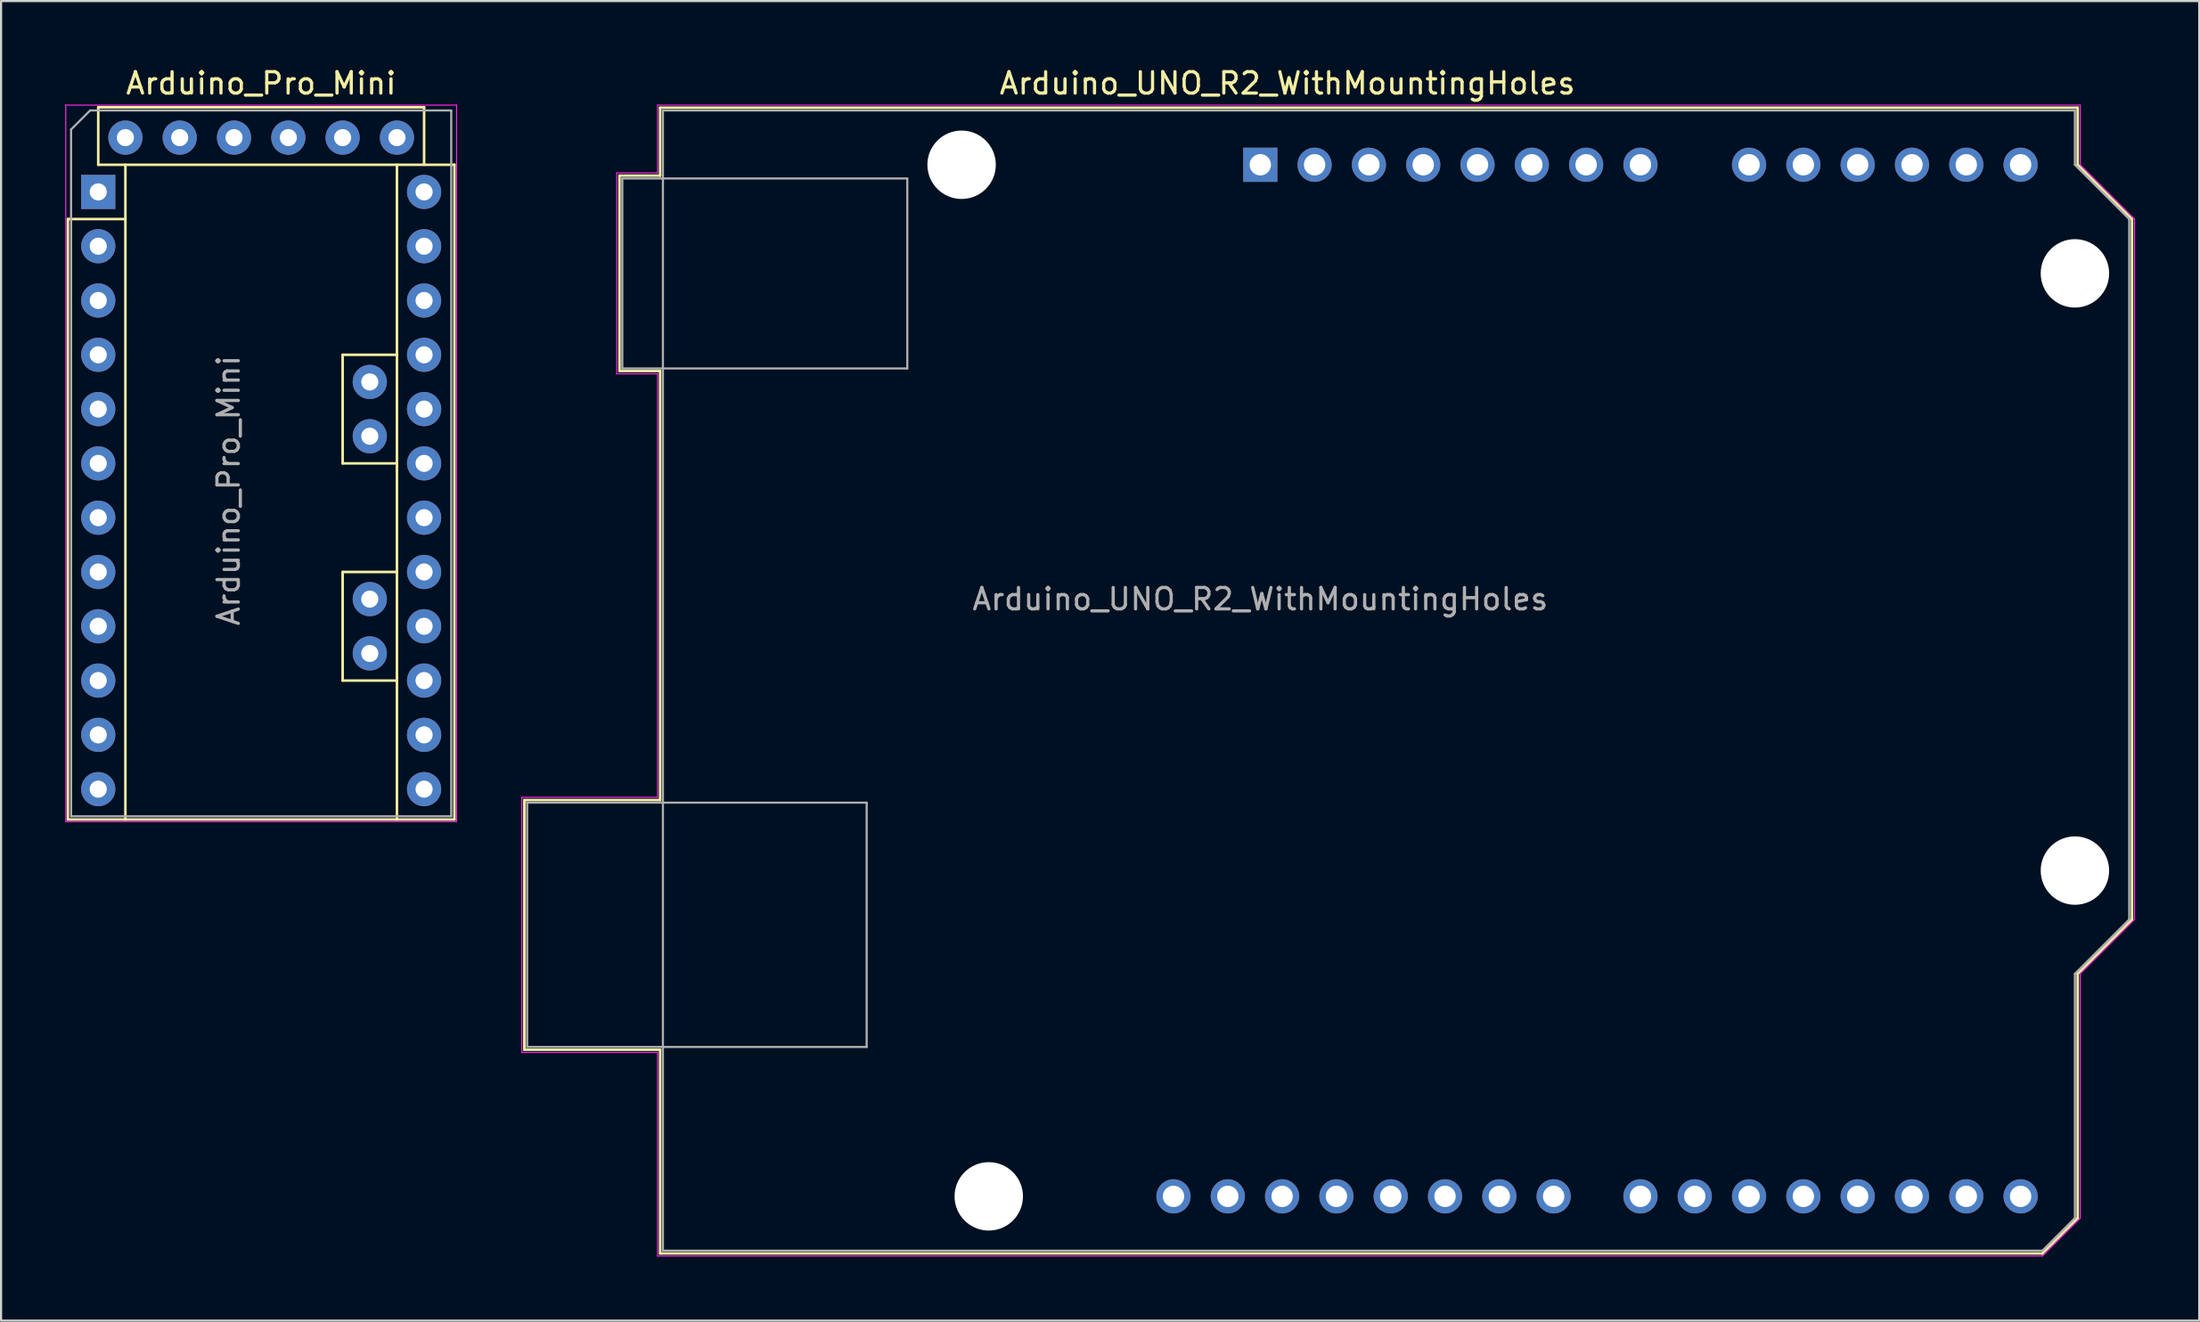
<source format=kicad_pcb>
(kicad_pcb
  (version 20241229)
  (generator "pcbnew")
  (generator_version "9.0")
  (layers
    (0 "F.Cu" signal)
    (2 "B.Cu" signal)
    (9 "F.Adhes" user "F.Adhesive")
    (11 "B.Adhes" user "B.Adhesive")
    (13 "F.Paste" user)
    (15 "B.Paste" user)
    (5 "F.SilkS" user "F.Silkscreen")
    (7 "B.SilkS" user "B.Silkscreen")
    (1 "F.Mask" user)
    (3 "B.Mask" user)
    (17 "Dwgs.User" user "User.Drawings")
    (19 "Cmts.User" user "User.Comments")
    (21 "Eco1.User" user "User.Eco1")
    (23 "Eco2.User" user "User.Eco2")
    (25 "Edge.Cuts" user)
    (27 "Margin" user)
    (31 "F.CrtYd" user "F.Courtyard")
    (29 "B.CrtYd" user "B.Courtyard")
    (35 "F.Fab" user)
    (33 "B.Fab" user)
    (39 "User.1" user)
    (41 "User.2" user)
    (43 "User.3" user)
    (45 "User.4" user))
  (footprint "Arduino_Pro_Mini"
    (layer "F.Cu")
    (at 1.545 5.928)
    (property "Reference" "Arduino_Pro_Mini" (at 7.62 -5.08 0) (layer "F.SilkS") (effects (font (size 1 1) (thickness 0.15))))
    (attr through_hole)
    (fp_line (start -1.42 1.27) (end -1.42 29.36) (stroke (width 0.12) (type solid)) (layer "F.SilkS"))
    (fp_line (start -1.42 29.36) (end 16.66 29.36) (stroke (width 0.12) (type solid)) (layer "F.SilkS"))
    (fp_line (start 0 -3.96) (end 0 -1.27) (stroke (width 0.12) (type solid)) (layer "F.SilkS"))
    (fp_line (start 1.27 -1.27) (end 1.27 29.36) (stroke (width 0.12) (type solid)) (layer "F.SilkS"))
    (fp_line (start 1.27 1.27) (end -1.42 1.27) (stroke (width 0.12) (type solid)) (layer "F.SilkS"))
    (fp_line (start 11.43 7.62) (end 13.97 7.62) (stroke (width 0.12) (type solid)) (layer "F.SilkS"))
    (fp_line (start 11.43 12.7) (end 11.43 7.62) (stroke (width 0.12) (type solid)) (layer "F.SilkS"))
    (fp_line (start 11.43 17.78) (end 13.97 17.78) (stroke (width 0.12) (type solid)) (layer "F.SilkS"))
    (fp_line (start 11.43 22.86) (end 11.43 17.78) (stroke (width 0.12) (type solid)) (layer "F.SilkS"))
    (fp_line (start 13.97 -1.27) (end 13.97 29.36) (stroke (width 0.12) (type solid)) (layer "F.SilkS"))
    (fp_line (start 13.97 12.7) (end 11.43 12.7) (stroke (width 0.12) (type solid)) (layer "F.SilkS"))
    (fp_line (start 13.97 22.86) (end 11.43 22.86) (stroke (width 0.12) (type solid)) (layer "F.SilkS"))
    (fp_line (start 15.24 -3.96) (end 0 -3.96) (stroke (width 0.12) (type solid)) (layer "F.SilkS"))
    (fp_line (start 15.24 -1.27) (end 15.24 -3.96) (stroke (width 0.12) (type solid)) (layer "F.SilkS"))
    (fp_line (start 16.66 -1.27) (end 0 -1.27) (stroke (width 0.12) (type solid)) (layer "F.SilkS"))
    (fp_line (start 16.66 29.36) (end 16.66 -1.27) (stroke (width 0.12) (type solid)) (layer "F.SilkS"))
    (fp_line (start -1.52 -4.06) (end -1.52 29.46) (stroke (width 0.05) (type solid)) (layer "F.CrtYd"))
    (fp_line (start -1.52 -4.06) (end 16.76 -4.06) (stroke (width 0.05) (type solid)) (layer "F.CrtYd"))
    (fp_line (start 16.76 29.46) (end -1.52 29.46) (stroke (width 0.05) (type solid)) (layer "F.CrtYd"))
    (fp_line (start 16.76 29.46) (end 16.76 -4.06) (stroke (width 0.05) (type solid)) (layer "F.CrtYd"))
    (fp_line (start -1.27 29.21) (end -1.27 -2.921) (stroke (width 0.1) (type solid)) (layer "F.Fab"))
    (fp_line (start -0.381 -3.81) (end -1.27 -2.921) (stroke (width 0.1) (type solid)) (layer "F.Fab"))
    (fp_line (start -0.381 -3.81) (end 16.51 -3.81) (stroke (width 0.1) (type solid)) (layer "F.Fab"))
    (fp_line (start 16.51 -3.81) (end 16.51 29.21) (stroke (width 0.1) (type solid)) (layer "F.Fab"))
    (fp_line (start 16.51 29.21) (end -1.27 29.21) (stroke (width 0.1) (type solid)) (layer "F.Fab"))
    (fp_text user "${REFERENCE}" (at 6.096 13.97 90) (layer "F.Fab") (effects (font (size 1 1) (thickness 0.15))))
    (pad "1" thru_hole rect (at 0 0) (size 1.6 1.6) (drill 0.8) (layers "*.Cu" "*.Mask"))
    (pad "2" thru_hole oval (at 0 2.54) (size 1.6 1.6) (drill 0.8) (layers "*.Cu" "*.Mask"))
    (pad "3" thru_hole oval (at 0 5.08) (size 1.6 1.6) (drill 0.8) (layers "*.Cu" "*.Mask"))
    (pad "4" thru_hole oval (at 0 7.62) (size 1.6 1.6) (drill 0.8) (layers "*.Cu" "*.Mask"))
    (pad "5" thru_hole oval (at 0 10.16) (size 1.6 1.6) (drill 0.8) (layers "*.Cu" "*.Mask"))
    (pad "6" thru_hole oval (at 0 12.7) (size 1.6 1.6) (drill 0.8) (layers "*.Cu" "*.Mask"))
    (pad "7" thru_hole oval (at 0 15.24) (size 1.6 1.6) (drill 0.8) (layers "*.Cu" "*.Mask"))
    (pad "8" thru_hole oval (at 0 17.78) (size 1.6 1.6) (drill 0.8) (layers "*.Cu" "*.Mask"))
    (pad "9" thru_hole oval (at 0 20.32) (size 1.6 1.6) (drill 0.8) (layers "*.Cu" "*.Mask"))
    (pad "10" thru_hole oval (at 0 22.86) (size 1.6 1.6) (drill 0.8) (layers "*.Cu" "*.Mask"))
    (pad "11" thru_hole oval (at 0 25.4) (size 1.6 1.6) (drill 0.8) (layers "*.Cu" "*.Mask"))
    (pad "12" thru_hole oval (at 0 27.94) (size 1.6 1.6) (drill 0.8) (layers "*.Cu" "*.Mask"))
    (pad "13" thru_hole oval (at 15.24 27.94) (size 1.6 1.6) (drill 0.8) (layers "*.Cu" "*.Mask"))
    (pad "14" thru_hole oval (at 15.24 25.4) (size 1.6 1.6) (drill 0.8) (layers "*.Cu" "*.Mask"))
    (pad "15" thru_hole oval (at 15.24 22.86) (size 1.6 1.6) (drill 0.8) (layers "*.Cu" "*.Mask"))
    (pad "16" thru_hole oval (at 15.24 20.32) (size 1.6 1.6) (drill 0.8) (layers "*.Cu" "*.Mask"))
    (pad "17" thru_hole oval (at 15.24 17.78) (size 1.6 1.6) (drill 0.8) (layers "*.Cu" "*.Mask"))
    (pad "18" thru_hole oval (at 15.24 15.24) (size 1.6 1.6) (drill 0.8) (layers "*.Cu" "*.Mask"))
    (pad "19" thru_hole oval (at 15.24 12.7) (size 1.6 1.6) (drill 0.8) (layers "*.Cu" "*.Mask"))
    (pad "20" thru_hole oval (at 15.24 10.16) (size 1.6 1.6) (drill 0.8) (layers "*.Cu" "*.Mask"))
    (pad "21" thru_hole oval (at 15.24 7.62) (size 1.6 1.6) (drill 0.8) (layers "*.Cu" "*.Mask"))
    (pad "22" thru_hole oval (at 15.24 5.08) (size 1.6 1.6) (drill 0.8) (layers "*.Cu" "*.Mask"))
    (pad "23" thru_hole oval (at 15.24 2.54) (size 1.6 1.6) (drill 0.8) (layers "*.Cu" "*.Mask"))
    (pad "24" thru_hole oval (at 15.24 0) (size 1.6 1.6) (drill 0.8) (layers "*.Cu" "*.Mask"))
    (pad "25" thru_hole oval (at 13.97 -2.54) (size 1.6 1.6) (drill 0.8) (layers "*.Cu" "*.Mask"))
    (pad "26" thru_hole oval (at 11.43 -2.54) (size 1.6 1.6) (drill 0.8) (layers "*.Cu" "*.Mask"))
    (pad "27" thru_hole oval (at 8.89 -2.54) (size 1.6 1.6) (drill 0.8) (layers "*.Cu" "*.Mask"))
    (pad "28" thru_hole oval (at 6.35 -2.54) (size 1.6 1.6) (drill 0.8) (layers "*.Cu" "*.Mask"))
    (pad "29" thru_hole oval (at 3.81 -2.54) (size 1.6 1.6) (drill 0.8) (layers "*.Cu" "*.Mask"))
    (pad "30" thru_hole oval (at 1.27 -2.54) (size 1.6 1.6) (drill 0.8) (layers "*.Cu" "*.Mask"))
    (pad "31" thru_hole oval (at 12.7 21.59) (size 1.6 1.6) (drill 0.8) (layers "*.Cu" "*.Mask"))
    (pad "32" thru_hole oval (at 12.7 19.05) (size 1.6 1.6) (drill 0.8) (layers "*.Cu" "*.Mask"))
    (pad "33" thru_hole oval (at 12.7 11.43) (size 1.6 1.6) (drill 0.8) (layers "*.Cu" "*.Mask"))
    (pad "34" thru_hole oval (at 12.7 8.89) (size 1.6 1.6) (drill 0.8) (layers "*.Cu" "*.Mask")))
  (footprint "Arduino_UNO_R2_WithMountingHoles"
    (layer "F.Cu")
    (at 55.895 4.658)
    (property "Reference" "Arduino_UNO_R2_WithMountingHoles" (at 1.27 -3.81 180) (layer "F.SilkS") (effects (font (size 1 1) (thickness 0.15))))
    (attr through_hole)
    (fp_line (start -34.42 29.72) (end -34.42 41.4) (stroke (width 0.12) (type solid)) (layer "F.SilkS"))
    (fp_line (start -34.42 41.4) (end -28.07 41.4) (stroke (width 0.12) (type solid)) (layer "F.SilkS"))
    (fp_line (start -29.97 0.51) (end -29.97 9.65) (stroke (width 0.12) (type solid)) (layer "F.SilkS"))
    (fp_line (start -29.97 9.65) (end -28.07 9.65) (stroke (width 0.12) (type solid)) (layer "F.SilkS"))
    (fp_line (start -28.07 -2.67) (end -28.07 0.51) (stroke (width 0.12) (type solid)) (layer "F.SilkS"))
    (fp_line (start -28.07 0.51) (end -29.97 0.51) (stroke (width 0.12) (type solid)) (layer "F.SilkS"))
    (fp_line (start -28.07 9.65) (end -28.07 29.72) (stroke (width 0.12) (type solid)) (layer "F.SilkS"))
    (fp_line (start -28.07 29.72) (end -34.42 29.72) (stroke (width 0.12) (type solid)) (layer "F.SilkS"))
    (fp_line (start -28.07 41.4) (end -28.07 50.93) (stroke (width 0.12) (type solid)) (layer "F.SilkS"))
    (fp_line (start -28.07 50.93) (end 36.58 50.93) (stroke (width 0.12) (type solid)) (layer "F.SilkS"))
    (fp_line (start 36.58 50.93) (end 38.23 49.28) (stroke (width 0.12) (type solid)) (layer "F.SilkS"))
    (fp_line (start 38.23 -2.67) (end -28.07 -2.67) (stroke (width 0.12) (type solid)) (layer "F.SilkS"))
    (fp_line (start 38.23 0) (end 38.23 -2.67) (stroke (width 0.12) (type solid)) (layer "F.SilkS"))
    (fp_line (start 38.23 37.85) (end 40.77 35.31) (stroke (width 0.12) (type solid)) (layer "F.SilkS"))
    (fp_line (start 38.23 49.28) (end 38.23 37.85) (stroke (width 0.12) (type solid)) (layer "F.SilkS"))
    (fp_line (start 40.77 2.54) (end 38.23 0) (stroke (width 0.12) (type solid)) (layer "F.SilkS"))
    (fp_line (start 40.77 35.31) (end 40.77 2.54) (stroke (width 0.12) (type solid)) (layer "F.SilkS"))
    (fp_line (start -34.54 29.59) (end -28.19 29.59) (stroke (width 0.05) (type solid)) (layer "F.CrtYd"))
    (fp_line (start -34.54 41.53) (end -34.54 29.59) (stroke (width 0.05) (type solid)) (layer "F.CrtYd"))
    (fp_line (start -30.1 0.38) (end -28.19 0.38) (stroke (width 0.05) (type solid)) (layer "F.CrtYd"))
    (fp_line (start -30.1 9.78) (end -30.1 0.38) (stroke (width 0.05) (type solid)) (layer "F.CrtYd"))
    (fp_line (start -28.19 -2.79) (end 38.35 -2.79) (stroke (width 0.05) (type solid)) (layer "F.CrtYd"))
    (fp_line (start -28.19 0.38) (end -28.19 -2.79) (stroke (width 0.05) (type solid)) (layer "F.CrtYd"))
    (fp_line (start -28.19 9.78) (end -30.1 9.78) (stroke (width 0.05) (type solid)) (layer "F.CrtYd"))
    (fp_line (start -28.19 29.59) (end -28.19 9.78) (stroke (width 0.05) (type solid)) (layer "F.CrtYd"))
    (fp_line (start -28.19 41.53) (end -34.54 41.53) (stroke (width 0.05) (type solid)) (layer "F.CrtYd"))
    (fp_line (start -28.19 51.05) (end -28.19 41.53) (stroke (width 0.05) (type solid)) (layer "F.CrtYd"))
    (fp_line (start 36.58 51.05) (end -28.19 51.05) (stroke (width 0.05) (type solid)) (layer "F.CrtYd"))
    (fp_line (start 38.35 -2.79) (end 38.35 0) (stroke (width 0.05) (type solid)) (layer "F.CrtYd"))
    (fp_line (start 38.35 0) (end 40.89 2.54) (stroke (width 0.05) (type solid)) (layer "F.CrtYd"))
    (fp_line (start 38.35 37.85) (end 38.35 49.28) (stroke (width 0.05) (type solid)) (layer "F.CrtYd"))
    (fp_line (start 38.35 49.28) (end 36.58 51.05) (stroke (width 0.05) (type solid)) (layer "F.CrtYd"))
    (fp_line (start 40.89 2.54) (end 40.89 35.31) (stroke (width 0.05) (type solid)) (layer "F.CrtYd"))
    (fp_line (start 40.89 35.31) (end 38.35 37.85) (stroke (width 0.05) (type solid)) (layer "F.CrtYd"))
    (fp_line (start -34.29 29.84) (end -18.41 29.84) (stroke (width 0.1) (type solid)) (layer "F.Fab"))
    (fp_line (start -34.29 41.27) (end -34.29 29.84) (stroke (width 0.1) (type solid)) (layer "F.Fab"))
    (fp_line (start -29.84 0.64) (end -16.51 0.64) (stroke (width 0.1) (type solid)) (layer "F.Fab"))
    (fp_line (start -29.84 9.53) (end -29.84 0.64) (stroke (width 0.1) (type solid)) (layer "F.Fab"))
    (fp_line (start -27.94 -2.54) (end 38.1 -2.54) (stroke (width 0.1) (type solid)) (layer "F.Fab"))
    (fp_line (start -27.94 50.8) (end -27.94 -2.54) (stroke (width 0.1) (type solid)) (layer "F.Fab"))
    (fp_line (start -18.41 29.84) (end -18.41 41.27) (stroke (width 0.1) (type solid)) (layer "F.Fab"))
    (fp_line (start -18.41 41.27) (end -34.29 41.27) (stroke (width 0.1) (type solid)) (layer "F.Fab"))
    (fp_line (start -16.51 0.64) (end -16.51 9.53) (stroke (width 0.1) (type solid)) (layer "F.Fab"))
    (fp_line (start -16.51 9.53) (end -29.84 9.53) (stroke (width 0.1) (type solid)) (layer "F.Fab"))
    (fp_line (start 36.58 50.8) (end -27.94 50.8) (stroke (width 0.1) (type solid)) (layer "F.Fab"))
    (fp_line (start 38.1 -2.54) (end 38.1 0) (stroke (width 0.1) (type solid)) (layer "F.Fab"))
    (fp_line (start 38.1 0) (end 40.64 2.54) (stroke (width 0.1) (type solid)) (layer "F.Fab"))
    (fp_line (start 38.1 37.85) (end 38.1 49.28) (stroke (width 0.1) (type solid)) (layer "F.Fab"))
    (fp_line (start 38.1 49.28) (end 36.58 50.8) (stroke (width 0.1) (type solid)) (layer "F.Fab"))
    (fp_line (start 40.64 2.54) (end 40.64 35.31) (stroke (width 0.1) (type solid)) (layer "F.Fab"))
    (fp_line (start 40.64 35.31) (end 38.1 37.85) (stroke (width 0.1) (type solid)) (layer "F.Fab"))
    (fp_text user "${REFERENCE}" (at 0 20.32 180) (layer "F.Fab") (effects (font (size 1 1) (thickness 0.15))))
    (pad "" np_thru_hole circle (at -13.97 0 90) (size 3.2 3.2) (drill 3.2) (layers "*.Cu" "*.Mask"))
    (pad "" np_thru_hole circle (at -12.7 48.26 90) (size 3.2 3.2) (drill 3.2) (layers "*.Cu" "*.Mask"))
    (pad "" np_thru_hole circle (at 38.1 5.08 90) (size 3.2 3.2) (drill 3.2) (layers "*.Cu" "*.Mask"))
    (pad "" np_thru_hole circle (at 38.1 33.02 90) (size 3.2 3.2) (drill 3.2) (layers "*.Cu" "*.Mask"))
    (pad "1" thru_hole rect (at 0 0 90) (size 1.6 1.6) (drill 1) (layers "*.Cu" "*.Mask"))
    (pad "2" thru_hole oval (at 2.54 0 90) (size 1.6 1.6) (drill 1) (layers "*.Cu" "*.Mask"))
    (pad "3" thru_hole oval (at 5.08 0 90) (size 1.6 1.6) (drill 1) (layers "*.Cu" "*.Mask"))
    (pad "4" thru_hole oval (at 7.62 0 90) (size 1.6 1.6) (drill 1) (layers "*.Cu" "*.Mask"))
    (pad "5" thru_hole oval (at 10.16 0 90) (size 1.6 1.6) (drill 1) (layers "*.Cu" "*.Mask"))
    (pad "6" thru_hole oval (at 12.7 0 90) (size 1.6 1.6) (drill 1) (layers "*.Cu" "*.Mask"))
    (pad "7" thru_hole oval (at 15.24 0 90) (size 1.6 1.6) (drill 1) (layers "*.Cu" "*.Mask"))
    (pad "8" thru_hole oval (at 17.78 0 90) (size 1.6 1.6) (drill 1) (layers "*.Cu" "*.Mask"))
    (pad "9" thru_hole oval (at 22.86 0 90) (size 1.6 1.6) (drill 1) (layers "*.Cu" "*.Mask"))
    (pad "10" thru_hole oval (at 25.4 0 90) (size 1.6 1.6) (drill 1) (layers "*.Cu" "*.Mask"))
    (pad "11" thru_hole oval (at 27.94 0 90) (size 1.6 1.6) (drill 1) (layers "*.Cu" "*.Mask"))
    (pad "12" thru_hole oval (at 30.48 0 90) (size 1.6 1.6) (drill 1) (layers "*.Cu" "*.Mask"))
    (pad "13" thru_hole oval (at 33.02 0 90) (size 1.6 1.6) (drill 1) (layers "*.Cu" "*.Mask"))
    (pad "14" thru_hole oval (at 35.56 0 90) (size 1.6 1.6) (drill 1) (layers "*.Cu" "*.Mask"))
    (pad "15" thru_hole oval (at 35.56 48.26 90) (size 1.6 1.6) (drill 1) (layers "*.Cu" "*.Mask"))
    (pad "16" thru_hole oval (at 33.02 48.26 90) (size 1.6 1.6) (drill 1) (layers "*.Cu" "*.Mask"))
    (pad "17" thru_hole oval (at 30.48 48.26 90) (size 1.6 1.6) (drill 1) (layers "*.Cu" "*.Mask"))
    (pad "18" thru_hole oval (at 27.94 48.26 90) (size 1.6 1.6) (drill 1) (layers "*.Cu" "*.Mask"))
    (pad "19" thru_hole oval (at 25.4 48.26 90) (size 1.6 1.6) (drill 1) (layers "*.Cu" "*.Mask"))
    (pad "20" thru_hole oval (at 22.86 48.26 90) (size 1.6 1.6) (drill 1) (layers "*.Cu" "*.Mask"))
    (pad "21" thru_hole oval (at 20.32 48.26 90) (size 1.6 1.6) (drill 1) (layers "*.Cu" "*.Mask"))
    (pad "22" thru_hole oval (at 17.78 48.26 90) (size 1.6 1.6) (drill 1) (layers "*.Cu" "*.Mask"))
    (pad "23" thru_hole oval (at 13.72 48.26 90) (size 1.6 1.6) (drill 1) (layers "*.Cu" "*.Mask"))
    (pad "24" thru_hole oval (at 11.18 48.26 90) (size 1.6 1.6) (drill 1) (layers "*.Cu" "*.Mask"))
    (pad "25" thru_hole oval (at 8.64 48.26 90) (size 1.6 1.6) (drill 1) (layers "*.Cu" "*.Mask"))
    (pad "26" thru_hole oval (at 6.1 48.26 90) (size 1.6 1.6) (drill 1) (layers "*.Cu" "*.Mask"))
    (pad "27" thru_hole oval (at 3.56 48.26 90) (size 1.6 1.6) (drill 1) (layers "*.Cu" "*.Mask"))
    (pad "28" thru_hole oval (at 1.02 48.26 90) (size 1.6 1.6) (drill 1) (layers "*.Cu" "*.Mask"))
    (pad "29" thru_hole oval (at -1.52 48.26 90) (size 1.6 1.6) (drill 1) (layers "*.Cu" "*.Mask"))
    (pad "30" thru_hole oval (at -4.06 48.26 90) (size 1.6 1.6) (drill 1) (layers "*.Cu" "*.Mask")))
  (gr_rect
    (start -3 -3)
    (end 99.81 58.733)
    (stroke (width 0.1) (type default))
    (fill no)
    (layer "Edge.Cuts")))
</source>
